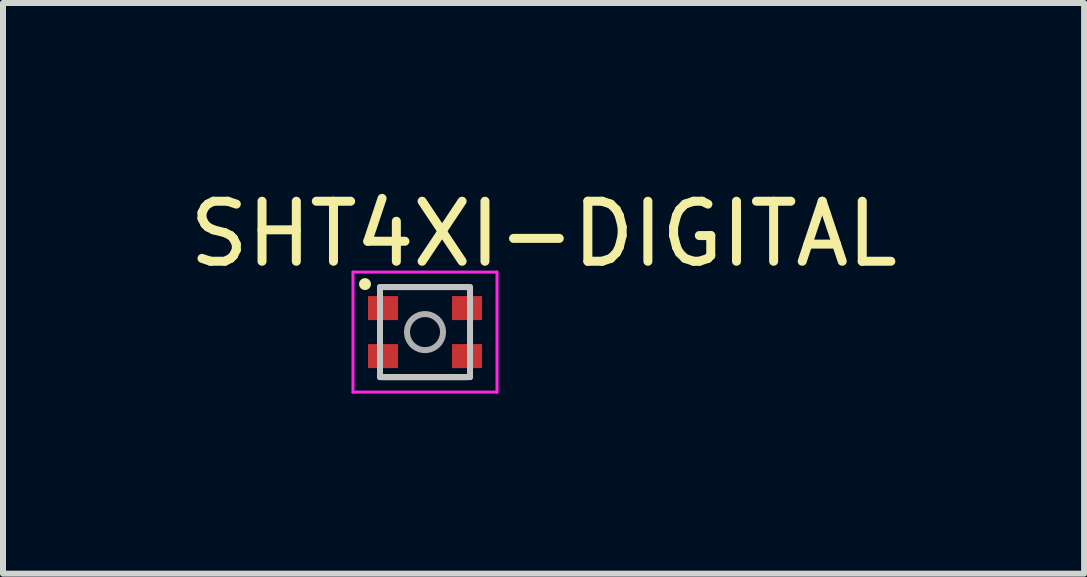
<source format=kicad_pcb>
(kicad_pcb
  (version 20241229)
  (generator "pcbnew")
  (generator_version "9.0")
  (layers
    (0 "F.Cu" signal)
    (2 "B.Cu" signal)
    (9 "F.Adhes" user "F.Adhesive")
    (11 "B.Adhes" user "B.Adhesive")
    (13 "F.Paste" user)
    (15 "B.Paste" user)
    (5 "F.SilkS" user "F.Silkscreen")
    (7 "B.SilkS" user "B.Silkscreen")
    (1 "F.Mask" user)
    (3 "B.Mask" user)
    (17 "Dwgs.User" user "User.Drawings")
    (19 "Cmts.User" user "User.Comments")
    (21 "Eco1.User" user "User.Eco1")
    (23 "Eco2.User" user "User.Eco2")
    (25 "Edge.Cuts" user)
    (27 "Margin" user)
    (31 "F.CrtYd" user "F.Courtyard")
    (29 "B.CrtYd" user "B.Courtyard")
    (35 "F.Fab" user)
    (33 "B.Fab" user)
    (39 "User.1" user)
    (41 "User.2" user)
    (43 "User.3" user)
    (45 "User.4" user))
  (footprint "SHT4XI-DIGITAL"
    (layer "F.Cu")
    (at 4.031 2.483)
    (property "Reference" "SHT4XI-DIGITAL" (at 1.975 -1.635 0) (layer "F.SilkS") (effects (font (size 1 1) (thickness 0.15))))
    (attr smd)
    (fp_line (start -0.7 -0.75) (end 0.7 -0.75) (stroke (width 0.1) (type solid)) (layer "F.SilkS"))
    (fp_line (start -0.7 0.75) (end 0.7 0.75) (stroke (width 0.1) (type solid)) (layer "F.SilkS"))
    (fp_circle (center -1 -0.8) (end -0.95 -0.8) (stroke (width 0.1) (type solid)) (fill no) (layer "F.SilkS"))
    (fp_line (start -0.75 -0.75) (end -0.75 0.75) (stroke (width 0.1) (type solid)) (layer "Dwgs.User"))
    (fp_line (start -0.75 0.75) (end 0.75 0.75) (stroke (width 0.1) (type solid)) (layer "Dwgs.User"))
    (fp_line (start 0.75 -0.75) (end -0.75 -0.75) (stroke (width 0.1) (type solid)) (layer "Dwgs.User"))
    (fp_line (start 0.75 0.75) (end 0.75 -0.75) (stroke (width 0.1) (type solid)) (layer "Dwgs.User"))
    (fp_line (start -1.2 -1) (end -1.2 1) (stroke (width 0.05) (type solid)) (layer "F.CrtYd"))
    (fp_line (start -1.2 1) (end 1.2 1) (stroke (width 0.05) (type solid)) (layer "F.CrtYd"))
    (fp_line (start 1.2 -1) (end -1.2 -1) (stroke (width 0.05) (type solid)) (layer "F.CrtYd"))
    (fp_line (start 1.2 1) (end 1.2 -1) (stroke (width 0.05) (type solid)) (layer "F.CrtYd"))
    (fp_circle (center 0 0) (end 0.3 0) (stroke (width 0.1) (type solid)) (fill no) (layer "F.Fab"))
    (pad "1" smd rect (at -0.7 -0.4) (size 0.5 0.4) (layers "F.Cu" "F.Mask" "F.Paste"))
    (pad "2" smd rect (at -0.7 0.4) (size 0.5 0.4) (layers "F.Cu" "F.Mask" "F.Paste"))
    (pad "3" smd rect (at 0.7 0.4) (size 0.5 0.4) (layers "F.Cu" "F.Mask" "F.Paste"))
    (pad "4" smd rect (at 0.7 -0.4) (size 0.5 0.4) (layers "F.Cu" "F.Mask" "F.Paste")))
  (gr_rect
    (start -3 -3)
    (end 15.012 6.508)
    (stroke (width 0.1) (type default))
    (fill no)
    (layer "Edge.Cuts")))
</source>
